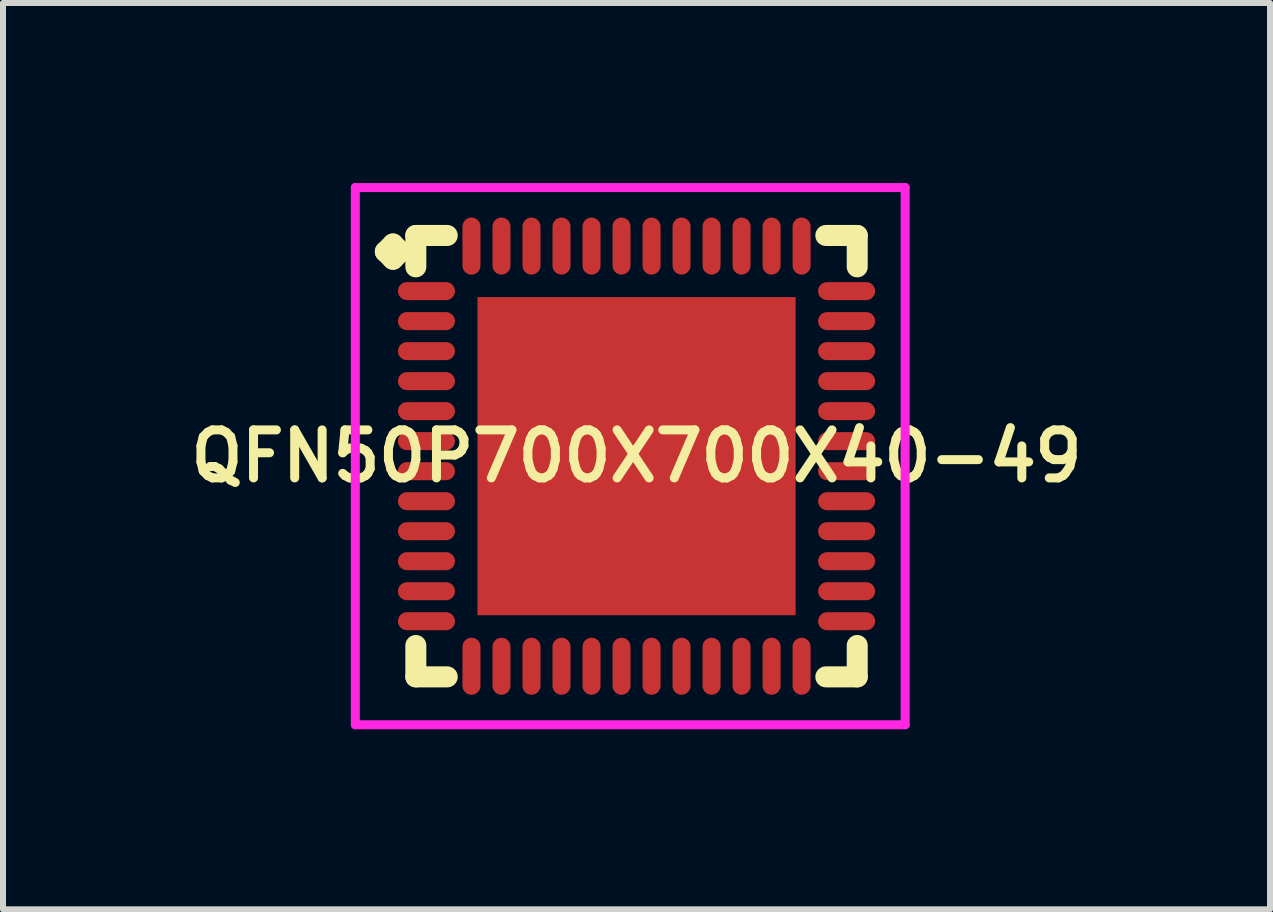
<source format=kicad_pcb>
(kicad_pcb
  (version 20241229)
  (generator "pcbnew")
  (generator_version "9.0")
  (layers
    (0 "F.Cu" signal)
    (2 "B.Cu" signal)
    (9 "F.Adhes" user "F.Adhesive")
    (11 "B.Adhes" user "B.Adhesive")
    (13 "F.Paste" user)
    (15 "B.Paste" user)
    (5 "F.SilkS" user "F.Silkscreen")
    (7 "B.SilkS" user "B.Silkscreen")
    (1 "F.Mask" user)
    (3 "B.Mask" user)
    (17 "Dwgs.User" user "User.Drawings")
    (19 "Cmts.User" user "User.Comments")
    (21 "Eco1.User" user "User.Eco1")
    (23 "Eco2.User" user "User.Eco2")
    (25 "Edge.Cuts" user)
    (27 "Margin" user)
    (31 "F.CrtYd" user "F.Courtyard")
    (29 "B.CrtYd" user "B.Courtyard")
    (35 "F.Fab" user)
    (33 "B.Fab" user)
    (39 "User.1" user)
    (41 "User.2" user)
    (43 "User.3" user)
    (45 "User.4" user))
  (footprint "QFN50P700X700X40-49"
    (layer "F.Cu")
    (at 7.555 4.55)
    (property "Reference" "QFN50P700X700X40-49" (at 0 0 0) (layer "F.SilkS") (effects (font (size 0.8 0.8) (thickness 0.15))))
    (attr smd)
    (fp_line (start -4.185 -3.408) (end -4.058 -3.535) (stroke (width 0.35) (type solid)) (layer "F.SilkS"))
    (fp_line (start -4.058 -3.535) (end -3.931 -3.408) (stroke (width 0.35) (type solid)) (layer "F.SilkS"))
    (fp_line (start -4.058 -3.281) (end -4.185 -3.408) (stroke (width 0.35) (type solid)) (layer "F.SilkS"))
    (fp_line (start -3.931 -3.408) (end -4.058 -3.281) (stroke (width 0.35) (type solid)) (layer "F.SilkS"))
    (fp_line (start -3.677 -3.677) (end -3.154 -3.677) (stroke (width 0.35) (type solid)) (layer "F.SilkS"))
    (fp_line (start -3.677 -3.154) (end -3.677 -3.677) (stroke (width 0.35) (type solid)) (layer "F.SilkS"))
    (fp_line (start -3.677 3.154) (end -3.677 3.677) (stroke (width 0.35) (type solid)) (layer "F.SilkS"))
    (fp_line (start -3.677 3.677) (end -3.154 3.677) (stroke (width 0.35) (type solid)) (layer "F.SilkS"))
    (fp_line (start 3.154 -3.677) (end 3.677 -3.677) (stroke (width 0.35) (type solid)) (layer "F.SilkS"))
    (fp_line (start 3.154 3.677) (end 3.677 3.677) (stroke (width 0.35) (type solid)) (layer "F.SilkS"))
    (fp_line (start 3.677 -3.677) (end 3.677 -3.154) (stroke (width 0.35) (type solid)) (layer "F.SilkS"))
    (fp_line (start 3.677 3.677) (end 3.677 3.154) (stroke (width 0.35) (type solid)) (layer "F.SilkS"))
    (fp_line (start -4.685 -4.475) (end 4.475 -4.475) (stroke (width 0.15) (type solid)) (layer "F.CrtYd"))
    (fp_line (start -4.685 4.475) (end -4.685 -4.475) (stroke (width 0.15) (type solid)) (layer "F.CrtYd"))
    (fp_line (start 4.475 -4.475) (end 4.475 4.475) (stroke (width 0.15) (type solid)) (layer "F.CrtYd"))
    (fp_line (start 4.475 4.475) (end -4.685 4.475) (stroke (width 0.15) (type solid)) (layer "F.CrtYd"))
    (pad "1" smd oval (at -3.5 -2.75) (size 0.95 0.3) (layers "F.Cu" "F.Mask" "F.Paste"))
    (pad "2" smd oval (at -3.5 -2.25) (size 0.95 0.3) (layers "F.Cu" "F.Mask" "F.Paste"))
    (pad "3" smd oval (at -3.5 -1.75) (size 0.95 0.3) (layers "F.Cu" "F.Mask" "F.Paste"))
    (pad "4" smd oval (at -3.5 -1.25) (size 0.95 0.3) (layers "F.Cu" "F.Mask" "F.Paste"))
    (pad "5" smd oval (at -3.5 -0.75) (size 0.95 0.3) (layers "F.Cu" "F.Mask" "F.Paste"))
    (pad "6" smd oval (at -3.5 -0.25) (size 0.95 0.3) (layers "F.Cu" "F.Mask" "F.Paste"))
    (pad "7" smd oval (at -3.5 0.25) (size 0.95 0.3) (layers "F.Cu" "F.Mask" "F.Paste"))
    (pad "8" smd oval (at -3.5 0.75) (size 0.95 0.3) (layers "F.Cu" "F.Mask" "F.Paste"))
    (pad "9" smd oval (at -3.5 1.25) (size 0.95 0.3) (layers "F.Cu" "F.Mask" "F.Paste"))
    (pad "10" smd oval (at -3.5 1.75) (size 0.95 0.3) (layers "F.Cu" "F.Mask" "F.Paste"))
    (pad "11" smd oval (at -3.5 2.25) (size 0.95 0.3) (layers "F.Cu" "F.Mask" "F.Paste"))
    (pad "12" smd oval (at -3.5 2.75) (size 0.95 0.3) (layers "F.Cu" "F.Mask" "F.Paste"))
    (pad "13" smd oval (at -2.75 3.5) (size 0.3 0.95) (layers "F.Cu" "F.Mask" "F.Paste"))
    (pad "14" smd oval (at -2.25 3.5) (size 0.3 0.95) (layers "F.Cu" "F.Mask" "F.Paste"))
    (pad "15" smd oval (at -1.75 3.5) (size 0.3 0.95) (layers "F.Cu" "F.Mask" "F.Paste"))
    (pad "16" smd oval (at -1.25 3.5) (size 0.3 0.95) (layers "F.Cu" "F.Mask" "F.Paste"))
    (pad "17" smd oval (at -0.75 3.5) (size 0.3 0.95) (layers "F.Cu" "F.Mask" "F.Paste"))
    (pad "18" smd oval (at -0.25 3.5) (size 0.3 0.95) (layers "F.Cu" "F.Mask" "F.Paste"))
    (pad "19" smd oval (at 0.25 3.5) (size 0.3 0.95) (layers "F.Cu" "F.Mask" "F.Paste"))
    (pad "20" smd oval (at 0.75 3.5) (size 0.3 0.95) (layers "F.Cu" "F.Mask" "F.Paste"))
    (pad "21" smd oval (at 1.25 3.5) (size 0.3 0.95) (layers "F.Cu" "F.Mask" "F.Paste"))
    (pad "22" smd oval (at 1.75 3.5) (size 0.3 0.95) (layers "F.Cu" "F.Mask" "F.Paste"))
    (pad "23" smd oval (at 2.25 3.5) (size 0.3 0.95) (layers "F.Cu" "F.Mask" "F.Paste"))
    (pad "24" smd oval (at 2.75 3.5) (size 0.3 0.95) (layers "F.Cu" "F.Mask" "F.Paste"))
    (pad "25" smd oval (at 3.5 2.75) (size 0.95 0.3) (layers "F.Cu" "F.Mask" "F.Paste"))
    (pad "26" smd oval (at 3.5 2.25) (size 0.95 0.3) (layers "F.Cu" "F.Mask" "F.Paste"))
    (pad "27" smd oval (at 3.5 1.75) (size 0.95 0.3) (layers "F.Cu" "F.Mask" "F.Paste"))
    (pad "28" smd oval (at 3.5 1.25) (size 0.95 0.3) (layers "F.Cu" "F.Mask" "F.Paste"))
    (pad "29" smd oval (at 3.5 0.75) (size 0.95 0.3) (layers "F.Cu" "F.Mask" "F.Paste"))
    (pad "30" smd oval (at 3.5 0.25) (size 0.95 0.3) (layers "F.Cu" "F.Mask" "F.Paste"))
    (pad "31" smd oval (at 3.5 -0.25) (size 0.95 0.3) (layers "F.Cu" "F.Mask" "F.Paste"))
    (pad "32" smd oval (at 3.5 -0.75) (size 0.95 0.3) (layers "F.Cu" "F.Mask" "F.Paste"))
    (pad "33" smd oval (at 3.5 -1.25) (size 0.95 0.3) (layers "F.Cu" "F.Mask" "F.Paste"))
    (pad "34" smd oval (at 3.5 -1.75) (size 0.95 0.3) (layers "F.Cu" "F.Mask" "F.Paste"))
    (pad "35" smd oval (at 3.5 -2.25) (size 0.95 0.3) (layers "F.Cu" "F.Mask" "F.Paste"))
    (pad "36" smd oval (at 3.5 -2.75) (size 0.95 0.3) (layers "F.Cu" "F.Mask" "F.Paste"))
    (pad "37" smd oval (at 2.75 -3.5) (size 0.3 0.95) (layers "F.Cu" "F.Mask" "F.Paste"))
    (pad "38" smd oval (at 2.25 -3.5) (size 0.3 0.95) (layers "F.Cu" "F.Mask" "F.Paste"))
    (pad "39" smd oval (at 1.75 -3.5) (size 0.3 0.95) (layers "F.Cu" "F.Mask" "F.Paste"))
    (pad "40" smd oval (at 1.25 -3.5) (size 0.3 0.95) (layers "F.Cu" "F.Mask" "F.Paste"))
    (pad "41" smd oval (at 0.75 -3.5) (size 0.3 0.95) (layers "F.Cu" "F.Mask" "F.Paste"))
    (pad "42" smd oval (at 0.25 -3.5) (size 0.3 0.95) (layers "F.Cu" "F.Mask" "F.Paste"))
    (pad "43" smd oval (at -0.25 -3.5) (size 0.3 0.95) (layers "F.Cu" "F.Mask" "F.Paste"))
    (pad "44" smd oval (at -0.75 -3.5) (size 0.3 0.95) (layers "F.Cu" "F.Mask" "F.Paste"))
    (pad "45" smd oval (at -1.25 -3.5) (size 0.3 0.95) (layers "F.Cu" "F.Mask" "F.Paste"))
    (pad "46" smd oval (at -1.75 -3.5) (size 0.3 0.95) (layers "F.Cu" "F.Mask" "F.Paste"))
    (pad "47" smd oval (at -2.25 -3.5) (size 0.3 0.95) (layers "F.Cu" "F.Mask" "F.Paste"))
    (pad "48" smd oval (at -2.75 -3.5) (size 0.3 0.95) (layers "F.Cu" "F.Mask" "F.Paste"))
    (pad "49" smd rect (at 0 0) (size 5.3 5.3) (layers "F.Cu" "F.Mask" "F.Paste")))
  (gr_rect
    (start -3 -3)
    (end 18.109 12.1)
    (stroke (width 0.1) (type default))
    (fill no)
    (layer "Edge.Cuts")))
</source>
